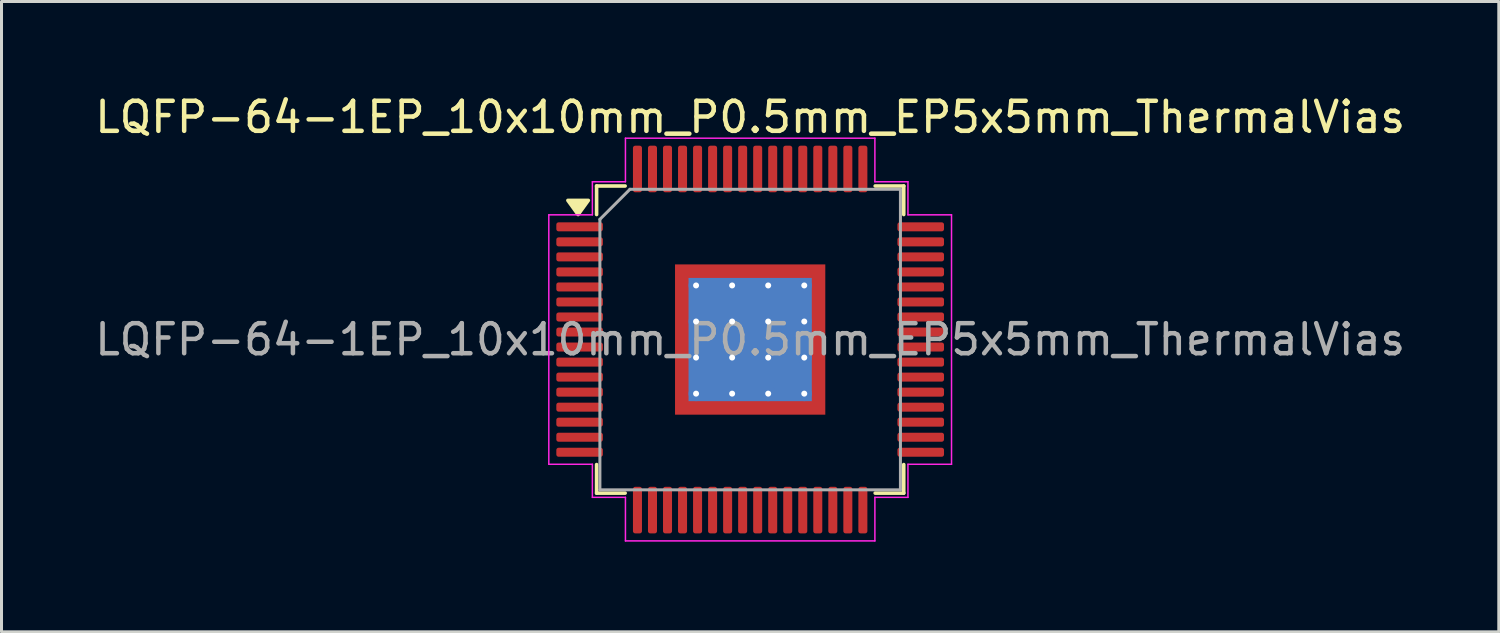
<source format=kicad_pcb>
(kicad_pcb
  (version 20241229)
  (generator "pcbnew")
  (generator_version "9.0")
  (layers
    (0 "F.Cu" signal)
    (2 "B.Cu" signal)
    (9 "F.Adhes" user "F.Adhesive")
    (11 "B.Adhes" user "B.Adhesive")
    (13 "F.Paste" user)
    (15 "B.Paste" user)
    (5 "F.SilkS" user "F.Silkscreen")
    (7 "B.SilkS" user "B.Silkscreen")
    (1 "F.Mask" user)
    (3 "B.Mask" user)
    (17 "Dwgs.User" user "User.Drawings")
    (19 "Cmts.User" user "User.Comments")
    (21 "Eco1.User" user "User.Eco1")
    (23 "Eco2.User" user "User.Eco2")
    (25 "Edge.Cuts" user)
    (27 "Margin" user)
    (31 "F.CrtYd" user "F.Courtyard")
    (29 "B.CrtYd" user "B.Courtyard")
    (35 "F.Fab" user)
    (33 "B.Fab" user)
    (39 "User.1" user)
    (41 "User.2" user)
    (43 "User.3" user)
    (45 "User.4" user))
  (footprint "LQFP-64-1EP_10x10mm_P0.5mm_EP5x5mm_ThermalVias"
    (layer "F.Cu")
    (at 21.911 8.248)
    (property "Reference" "LQFP-64-1EP_10x10mm_P0.5mm_EP5x5mm_ThermalVias" (at 0 -7.4 0) (layer "F.SilkS") (effects (font (size 1 1) (thickness 0.15))))
    (attr smd)
    (fp_line (start -5.11 -5.11) (end -5.11 -4.16) (stroke (width 0.12) (type solid)) (layer "F.SilkS"))
    (fp_line (start -5.11 5.11) (end -5.11 4.16) (stroke (width 0.12) (type solid)) (layer "F.SilkS"))
    (fp_line (start -4.16 -5.11) (end -5.11 -5.11) (stroke (width 0.12) (type solid)) (layer "F.SilkS"))
    (fp_line (start -4.16 5.11) (end -5.11 5.11) (stroke (width 0.12) (type solid)) (layer "F.SilkS"))
    (fp_line (start 4.16 -5.11) (end 5.11 -5.11) (stroke (width 0.12) (type solid)) (layer "F.SilkS"))
    (fp_line (start 4.16 5.11) (end 5.11 5.11) (stroke (width 0.12) (type solid)) (layer "F.SilkS"))
    (fp_line (start 5.11 -5.11) (end 5.11 -4.16) (stroke (width 0.12) (type solid)) (layer "F.SilkS"))
    (fp_line (start 5.11 5.11) (end 5.11 4.16) (stroke (width 0.12) (type solid)) (layer "F.SilkS"))
    (fp_poly (pts (xy -5.725 -4.16) (xy -6.065 -4.63) (xy -5.385 -4.63)) (stroke (width 0.12) (type solid)) (fill yes) (layer "F.SilkS"))
    (fp_line (start -6.7 -4.15) (end -5.25 -4.15) (stroke (width 0.05) (type solid)) (layer "F.CrtYd"))
    (fp_line (start -6.7 4.15) (end -6.7 -4.15) (stroke (width 0.05) (type solid)) (layer "F.CrtYd"))
    (fp_line (start -5.25 -5.25) (end -4.15 -5.25) (stroke (width 0.05) (type solid)) (layer "F.CrtYd"))
    (fp_line (start -5.25 -4.15) (end -5.25 -5.25) (stroke (width 0.05) (type solid)) (layer "F.CrtYd"))
    (fp_line (start -5.25 4.15) (end -6.7 4.15) (stroke (width 0.05) (type solid)) (layer "F.CrtYd"))
    (fp_line (start -5.25 5.25) (end -5.25 4.15) (stroke (width 0.05) (type solid)) (layer "F.CrtYd"))
    (fp_line (start -4.15 -6.7) (end 4.15 -6.7) (stroke (width 0.05) (type solid)) (layer "F.CrtYd"))
    (fp_line (start -4.15 -5.25) (end -4.15 -6.7) (stroke (width 0.05) (type solid)) (layer "F.CrtYd"))
    (fp_line (start -4.15 5.25) (end -5.25 5.25) (stroke (width 0.05) (type solid)) (layer "F.CrtYd"))
    (fp_line (start -4.15 6.7) (end -4.15 5.25) (stroke (width 0.05) (type solid)) (layer "F.CrtYd"))
    (fp_line (start 4.15 -6.7) (end 4.15 -5.25) (stroke (width 0.05) (type solid)) (layer "F.CrtYd"))
    (fp_line (start 4.15 -5.25) (end 5.25 -5.25) (stroke (width 0.05) (type solid)) (layer "F.CrtYd"))
    (fp_line (start 4.15 5.25) (end 4.15 6.7) (stroke (width 0.05) (type solid)) (layer "F.CrtYd"))
    (fp_line (start 4.15 6.7) (end -4.15 6.7) (stroke (width 0.05) (type solid)) (layer "F.CrtYd"))
    (fp_line (start 5.25 -5.25) (end 5.25 -4.15) (stroke (width 0.05) (type solid)) (layer "F.CrtYd"))
    (fp_line (start 5.25 -4.15) (end 6.7 -4.15) (stroke (width 0.05) (type solid)) (layer "F.CrtYd"))
    (fp_line (start 5.25 4.15) (end 5.25 5.25) (stroke (width 0.05) (type solid)) (layer "F.CrtYd"))
    (fp_line (start 5.25 5.25) (end 4.15 5.25) (stroke (width 0.05) (type solid)) (layer "F.CrtYd"))
    (fp_line (start 6.7 -4.15) (end 6.7 4.15) (stroke (width 0.05) (type solid)) (layer "F.CrtYd"))
    (fp_line (start 6.7 4.15) (end 5.25 4.15) (stroke (width 0.05) (type solid)) (layer "F.CrtYd"))
    (fp_line (start -5 -4) (end -4 -5) (stroke (width 0.1) (type solid)) (layer "F.Fab"))
    (fp_line (start -5 5) (end -5 -4) (stroke (width 0.1) (type solid)) (layer "F.Fab"))
    (fp_line (start -4 -5) (end 5 -5) (stroke (width 0.1) (type solid)) (layer "F.Fab"))
    (fp_line (start 5 -5) (end 5 5) (stroke (width 0.1) (type solid)) (layer "F.Fab"))
    (fp_line (start 5 5) (end -5 5) (stroke (width 0.1) (type solid)) (layer "F.Fab"))
    (fp_text user "${REFERENCE}" (at 0 0 0) (layer "F.Fab") (effects (font (size 1 1) (thickness 0.15))))
    (pad "" smd roundrect (at -2 -2) (size 0.81 0.81) (layers "F.Paste") (roundrect_rratio 0.25))
    (pad "" smd roundrect (at -2 -1) (size 0.81 0.81) (layers "F.Paste") (roundrect_rratio 0.25))
    (pad "" smd roundrect (at -2 0) (size 0.81 0.81) (layers "F.Paste") (roundrect_rratio 0.25))
    (pad "" smd roundrect (at -2 1) (size 0.81 0.81) (layers "F.Paste") (roundrect_rratio 0.25))
    (pad "" smd roundrect (at -2 2) (size 0.81 0.81) (layers "F.Paste") (roundrect_rratio 0.25))
    (pad "" smd roundrect (at -1 -2) (size 0.81 0.81) (layers "F.Paste") (roundrect_rratio 0.25))
    (pad "" smd roundrect (at -1 -1) (size 0.81 0.81) (layers "F.Paste") (roundrect_rratio 0.25))
    (pad "" smd roundrect (at -1 0) (size 0.81 0.81) (layers "F.Paste") (roundrect_rratio 0.25))
    (pad "" smd roundrect (at -1 1) (size 0.81 0.81) (layers "F.Paste") (roundrect_rratio 0.25))
    (pad "" smd roundrect (at -1 2) (size 0.81 0.81) (layers "F.Paste") (roundrect_rratio 0.25))
    (pad "" smd roundrect (at 0 -2) (size 0.81 0.81) (layers "F.Paste") (roundrect_rratio 0.25))
    (pad "" smd roundrect (at 0 -1) (size 0.81 0.81) (layers "F.Paste") (roundrect_rratio 0.25))
    (pad "" smd roundrect (at 0 0) (size 0.81 0.81) (layers "F.Paste") (roundrect_rratio 0.25))
    (pad "" smd roundrect (at 0 1) (size 0.81 0.81) (layers "F.Paste") (roundrect_rratio 0.25))
    (pad "" smd roundrect (at 0 2) (size 0.81 0.81) (layers "F.Paste") (roundrect_rratio 0.25))
    (pad "" smd roundrect (at 1 -2) (size 0.81 0.81) (layers "F.Paste") (roundrect_rratio 0.25))
    (pad "" smd roundrect (at 1 -1) (size 0.81 0.81) (layers "F.Paste") (roundrect_rratio 0.25))
    (pad "" smd roundrect (at 1 0) (size 0.81 0.81) (layers "F.Paste") (roundrect_rratio 0.25))
    (pad "" smd roundrect (at 1 1) (size 0.81 0.81) (layers "F.Paste") (roundrect_rratio 0.25))
    (pad "" smd roundrect (at 1 2) (size 0.81 0.81) (layers "F.Paste") (roundrect_rratio 0.25))
    (pad "" smd roundrect (at 2 -2) (size 0.81 0.81) (layers "F.Paste") (roundrect_rratio 0.25))
    (pad "" smd roundrect (at 2 -1) (size 0.81 0.81) (layers "F.Paste") (roundrect_rratio 0.25))
    (pad "" smd roundrect (at 2 0) (size 0.81 0.81) (layers "F.Paste") (roundrect_rratio 0.25))
    (pad "" smd roundrect (at 2 1) (size 0.81 0.81) (layers "F.Paste") (roundrect_rratio 0.25))
    (pad "" smd roundrect (at 2 2) (size 0.81 0.81) (layers "F.Paste") (roundrect_rratio 0.25))
    (pad "1" smd roundrect (at -5.675 -3.75) (size 1.55 0.3) (layers "F.Cu" "F.Mask" "F.Paste") (roundrect_rratio 0.25))
    (pad "2" smd roundrect (at -5.675 -3.25) (size 1.55 0.3) (layers "F.Cu" "F.Mask" "F.Paste") (roundrect_rratio 0.25))
    (pad "3" smd roundrect (at -5.675 -2.75) (size 1.55 0.3) (layers "F.Cu" "F.Mask" "F.Paste") (roundrect_rratio 0.25))
    (pad "4" smd roundrect (at -5.675 -2.25) (size 1.55 0.3) (layers "F.Cu" "F.Mask" "F.Paste") (roundrect_rratio 0.25))
    (pad "5" smd roundrect (at -5.675 -1.75) (size 1.55 0.3) (layers "F.Cu" "F.Mask" "F.Paste") (roundrect_rratio 0.25))
    (pad "6" smd roundrect (at -5.675 -1.25) (size 1.55 0.3) (layers "F.Cu" "F.Mask" "F.Paste") (roundrect_rratio 0.25))
    (pad "7" smd roundrect (at -5.675 -0.75) (size 1.55 0.3) (layers "F.Cu" "F.Mask" "F.Paste") (roundrect_rratio 0.25))
    (pad "8" smd roundrect (at -5.675 -0.25) (size 1.55 0.3) (layers "F.Cu" "F.Mask" "F.Paste") (roundrect_rratio 0.25))
    (pad "9" smd roundrect (at -5.675 0.25) (size 1.55 0.3) (layers "F.Cu" "F.Mask" "F.Paste") (roundrect_rratio 0.25))
    (pad "10" smd roundrect (at -5.675 0.75) (size 1.55 0.3) (layers "F.Cu" "F.Mask" "F.Paste") (roundrect_rratio 0.25))
    (pad "11" smd roundrect (at -5.675 1.25) (size 1.55 0.3) (layers "F.Cu" "F.Mask" "F.Paste") (roundrect_rratio 0.25))
    (pad "12" smd roundrect (at -5.675 1.75) (size 1.55 0.3) (layers "F.Cu" "F.Mask" "F.Paste") (roundrect_rratio 0.25))
    (pad "13" smd roundrect (at -5.675 2.25) (size 1.55 0.3) (layers "F.Cu" "F.Mask" "F.Paste") (roundrect_rratio 0.25))
    (pad "14" smd roundrect (at -5.675 2.75) (size 1.55 0.3) (layers "F.Cu" "F.Mask" "F.Paste") (roundrect_rratio 0.25))
    (pad "15" smd roundrect (at -5.675 3.25) (size 1.55 0.3) (layers "F.Cu" "F.Mask" "F.Paste") (roundrect_rratio 0.25))
    (pad "16" smd roundrect (at -5.675 3.75) (size 1.55 0.3) (layers "F.Cu" "F.Mask" "F.Paste") (roundrect_rratio 0.25))
    (pad "17" smd roundrect (at -3.75 5.675) (size 0.3 1.55) (layers "F.Cu" "F.Mask" "F.Paste") (roundrect_rratio 0.25))
    (pad "18" smd roundrect (at -3.25 5.675) (size 0.3 1.55) (layers "F.Cu" "F.Mask" "F.Paste") (roundrect_rratio 0.25))
    (pad "19" smd roundrect (at -2.75 5.675) (size 0.3 1.55) (layers "F.Cu" "F.Mask" "F.Paste") (roundrect_rratio 0.25))
    (pad "20" smd roundrect (at -2.25 5.675) (size 0.3 1.55) (layers "F.Cu" "F.Mask" "F.Paste") (roundrect_rratio 0.25))
    (pad "21" smd roundrect (at -1.75 5.675) (size 0.3 1.55) (layers "F.Cu" "F.Mask" "F.Paste") (roundrect_rratio 0.25))
    (pad "22" smd roundrect (at -1.25 5.675) (size 0.3 1.55) (layers "F.Cu" "F.Mask" "F.Paste") (roundrect_rratio 0.25))
    (pad "23" smd roundrect (at -0.75 5.675) (size 0.3 1.55) (layers "F.Cu" "F.Mask" "F.Paste") (roundrect_rratio 0.25))
    (pad "24" smd roundrect (at -0.25 5.675) (size 0.3 1.55) (layers "F.Cu" "F.Mask" "F.Paste") (roundrect_rratio 0.25))
    (pad "25" smd roundrect (at 0.25 5.675) (size 0.3 1.55) (layers "F.Cu" "F.Mask" "F.Paste") (roundrect_rratio 0.25))
    (pad "26" smd roundrect (at 0.75 5.675) (size 0.3 1.55) (layers "F.Cu" "F.Mask" "F.Paste") (roundrect_rratio 0.25))
    (pad "27" smd roundrect (at 1.25 5.675) (size 0.3 1.55) (layers "F.Cu" "F.Mask" "F.Paste") (roundrect_rratio 0.25))
    (pad "28" smd roundrect (at 1.75 5.675) (size 0.3 1.55) (layers "F.Cu" "F.Mask" "F.Paste") (roundrect_rratio 0.25))
    (pad "29" smd roundrect (at 2.25 5.675) (size 0.3 1.55) (layers "F.Cu" "F.Mask" "F.Paste") (roundrect_rratio 0.25))
    (pad "30" smd roundrect (at 2.75 5.675) (size 0.3 1.55) (layers "F.Cu" "F.Mask" "F.Paste") (roundrect_rratio 0.25))
    (pad "31" smd roundrect (at 3.25 5.675) (size 0.3 1.55) (layers "F.Cu" "F.Mask" "F.Paste") (roundrect_rratio 0.25))
    (pad "32" smd roundrect (at 3.75 5.675) (size 0.3 1.55) (layers "F.Cu" "F.Mask" "F.Paste") (roundrect_rratio 0.25))
    (pad "33" smd roundrect (at 5.675 3.75) (size 1.55 0.3) (layers "F.Cu" "F.Mask" "F.Paste") (roundrect_rratio 0.25))
    (pad "34" smd roundrect (at 5.675 3.25) (size 1.55 0.3) (layers "F.Cu" "F.Mask" "F.Paste") (roundrect_rratio 0.25))
    (pad "35" smd roundrect (at 5.675 2.75) (size 1.55 0.3) (layers "F.Cu" "F.Mask" "F.Paste") (roundrect_rratio 0.25))
    (pad "36" smd roundrect (at 5.675 2.25) (size 1.55 0.3) (layers "F.Cu" "F.Mask" "F.Paste") (roundrect_rratio 0.25))
    (pad "37" smd roundrect (at 5.675 1.75) (size 1.55 0.3) (layers "F.Cu" "F.Mask" "F.Paste") (roundrect_rratio 0.25))
    (pad "38" smd roundrect (at 5.675 1.25) (size 1.55 0.3) (layers "F.Cu" "F.Mask" "F.Paste") (roundrect_rratio 0.25))
    (pad "39" smd roundrect (at 5.675 0.75) (size 1.55 0.3) (layers "F.Cu" "F.Mask" "F.Paste") (roundrect_rratio 0.25))
    (pad "40" smd roundrect (at 5.675 0.25) (size 1.55 0.3) (layers "F.Cu" "F.Mask" "F.Paste") (roundrect_rratio 0.25))
    (pad "41" smd roundrect (at 5.675 -0.25) (size 1.55 0.3) (layers "F.Cu" "F.Mask" "F.Paste") (roundrect_rratio 0.25))
    (pad "42" smd roundrect (at 5.675 -0.75) (size 1.55 0.3) (layers "F.Cu" "F.Mask" "F.Paste") (roundrect_rratio 0.25))
    (pad "43" smd roundrect (at 5.675 -1.25) (size 1.55 0.3) (layers "F.Cu" "F.Mask" "F.Paste") (roundrect_rratio 0.25))
    (pad "44" smd roundrect (at 5.675 -1.75) (size 1.55 0.3) (layers "F.Cu" "F.Mask" "F.Paste") (roundrect_rratio 0.25))
    (pad "45" smd roundrect (at 5.675 -2.25) (size 1.55 0.3) (layers "F.Cu" "F.Mask" "F.Paste") (roundrect_rratio 0.25))
    (pad "46" smd roundrect (at 5.675 -2.75) (size 1.55 0.3) (layers "F.Cu" "F.Mask" "F.Paste") (roundrect_rratio 0.25))
    (pad "47" smd roundrect (at 5.675 -3.25) (size 1.55 0.3) (layers "F.Cu" "F.Mask" "F.Paste") (roundrect_rratio 0.25))
    (pad "48" smd roundrect (at 5.675 -3.75) (size 1.55 0.3) (layers "F.Cu" "F.Mask" "F.Paste") (roundrect_rratio 0.25))
    (pad "49" smd roundrect (at 3.75 -5.675) (size 0.3 1.55) (layers "F.Cu" "F.Mask" "F.Paste") (roundrect_rratio 0.25))
    (pad "50" smd roundrect (at 3.25 -5.675) (size 0.3 1.55) (layers "F.Cu" "F.Mask" "F.Paste") (roundrect_rratio 0.25))
    (pad "51" smd roundrect (at 2.75 -5.675) (size 0.3 1.55) (layers "F.Cu" "F.Mask" "F.Paste") (roundrect_rratio 0.25))
    (pad "52" smd roundrect (at 2.25 -5.675) (size 0.3 1.55) (layers "F.Cu" "F.Mask" "F.Paste") (roundrect_rratio 0.25))
    (pad "53" smd roundrect (at 1.75 -5.675) (size 0.3 1.55) (layers "F.Cu" "F.Mask" "F.Paste") (roundrect_rratio 0.25))
    (pad "54" smd roundrect (at 1.25 -5.675) (size 0.3 1.55) (layers "F.Cu" "F.Mask" "F.Paste") (roundrect_rratio 0.25))
    (pad "55" smd roundrect (at 0.75 -5.675) (size 0.3 1.55) (layers "F.Cu" "F.Mask" "F.Paste") (roundrect_rratio 0.25))
    (pad "56" smd roundrect (at 0.25 -5.675) (size 0.3 1.55) (layers "F.Cu" "F.Mask" "F.Paste") (roundrect_rratio 0.25))
    (pad "57" smd roundrect (at -0.25 -5.675) (size 0.3 1.55) (layers "F.Cu" "F.Mask" "F.Paste") (roundrect_rratio 0.25))
    (pad "58" smd roundrect (at -0.75 -5.675) (size 0.3 1.55) (layers "F.Cu" "F.Mask" "F.Paste") (roundrect_rratio 0.25))
    (pad "59" smd roundrect (at -1.25 -5.675) (size 0.3 1.55) (layers "F.Cu" "F.Mask" "F.Paste") (roundrect_rratio 0.25))
    (pad "60" smd roundrect (at -1.75 -5.675) (size 0.3 1.55) (layers "F.Cu" "F.Mask" "F.Paste") (roundrect_rratio 0.25))
    (pad "61" smd roundrect (at -2.25 -5.675) (size 0.3 1.55) (layers "F.Cu" "F.Mask" "F.Paste") (roundrect_rratio 0.25))
    (pad "62" smd roundrect (at -2.75 -5.675) (size 0.3 1.55) (layers "F.Cu" "F.Mask" "F.Paste") (roundrect_rratio 0.25))
    (pad "63" smd roundrect (at -3.25 -5.675) (size 0.3 1.55) (layers "F.Cu" "F.Mask" "F.Paste") (roundrect_rratio 0.25))
    (pad "64" smd roundrect (at -3.75 -5.675) (size 0.3 1.55) (layers "F.Cu" "F.Mask" "F.Paste") (roundrect_rratio 0.25))
    (pad "65" thru_hole circle (at -1.8 -1.8) (size 0.5 0.5) (drill 0.2) (property pad_prop_heatsink) (layers "*.Cu"))
    (pad "65" thru_hole circle (at -1.8 -0.6) (size 0.5 0.5) (drill 0.2) (property pad_prop_heatsink) (layers "*.Cu"))
    (pad "65" thru_hole circle (at -1.8 0.6) (size 0.5 0.5) (drill 0.2) (property pad_prop_heatsink) (layers "*.Cu"))
    (pad "65" thru_hole circle (at -1.8 1.8) (size 0.5 0.5) (drill 0.2) (property pad_prop_heatsink) (layers "*.Cu"))
    (pad "65" thru_hole circle (at -0.6 -1.8) (size 0.5 0.5) (drill 0.2) (property pad_prop_heatsink) (layers "*.Cu"))
    (pad "65" thru_hole circle (at -0.6 -0.6) (size 0.5 0.5) (drill 0.2) (property pad_prop_heatsink) (layers "*.Cu"))
    (pad "65" thru_hole circle (at -0.6 0.6) (size 0.5 0.5) (drill 0.2) (property pad_prop_heatsink) (layers "*.Cu"))
    (pad "65" thru_hole circle (at -0.6 1.8) (size 0.5 0.5) (drill 0.2) (property pad_prop_heatsink) (layers "*.Cu"))
    (pad "65" smd rect (at 0 0) (size 4.1 4.1) (property pad_prop_heatsink) (layers "B.Cu"))
    (pad "65" smd rect (at 0 0) (size 5 5) (property pad_prop_heatsink) (layers "F.Cu" "F.Mask"))
    (pad "65" thru_hole circle (at 0.6 -1.8) (size 0.5 0.5) (drill 0.2) (property pad_prop_heatsink) (layers "*.Cu"))
    (pad "65" thru_hole circle (at 0.6 -0.6) (size 0.5 0.5) (drill 0.2) (property pad_prop_heatsink) (layers "*.Cu"))
    (pad "65" thru_hole circle (at 0.6 0.6) (size 0.5 0.5) (drill 0.2) (property pad_prop_heatsink) (layers "*.Cu"))
    (pad "65" thru_hole circle (at 0.6 1.8) (size 0.5 0.5) (drill 0.2) (property pad_prop_heatsink) (layers "*.Cu"))
    (pad "65" thru_hole circle (at 1.8 -1.8) (size 0.5 0.5) (drill 0.2) (property pad_prop_heatsink) (layers "*.Cu"))
    (pad "65" thru_hole circle (at 1.8 -0.6) (size 0.5 0.5) (drill 0.2) (property pad_prop_heatsink) (layers "*.Cu"))
    (pad "65" thru_hole circle (at 1.8 0.6) (size 0.5 0.5) (drill 0.2) (property pad_prop_heatsink) (layers "*.Cu"))
    (pad "65" thru_hole circle (at 1.8 1.8) (size 0.5 0.5) (drill 0.2) (property pad_prop_heatsink) (layers "*.Cu")))
  (gr_rect
    (start -3 -3)
    (end 46.821 17.973)
    (stroke (width 0.1) (type default))
    (fill no)
    (layer "Edge.Cuts")))
</source>
